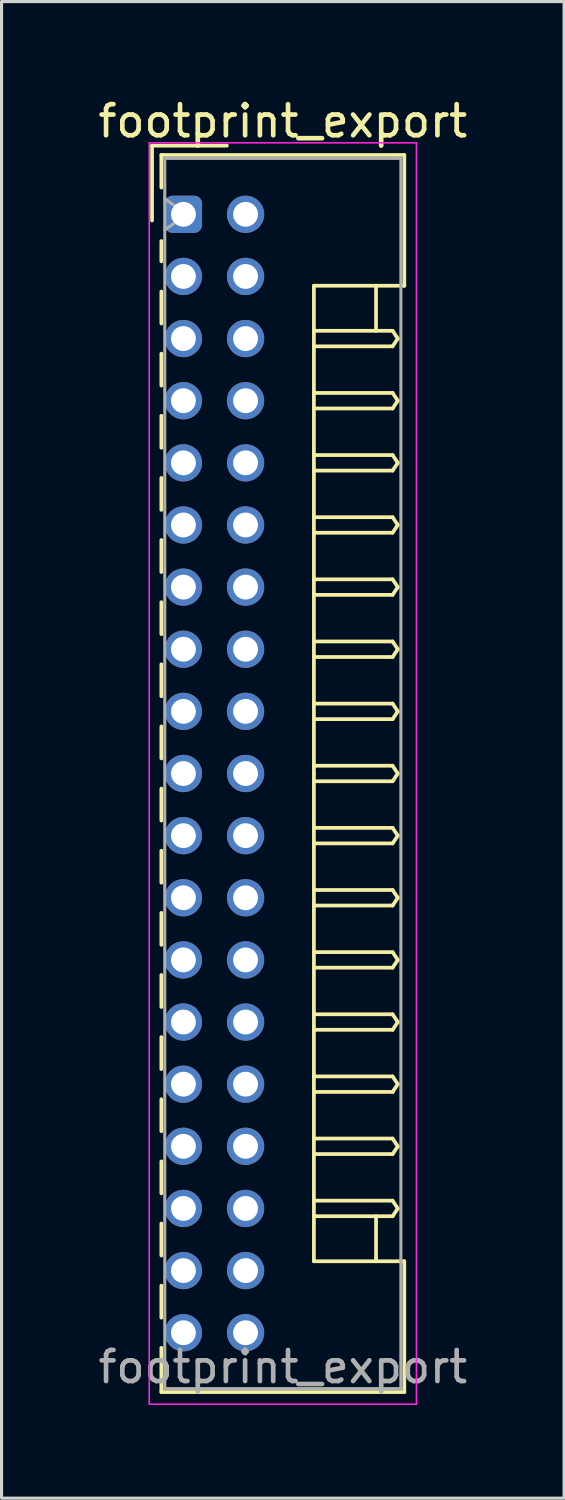
<source format=kicad_pcb>
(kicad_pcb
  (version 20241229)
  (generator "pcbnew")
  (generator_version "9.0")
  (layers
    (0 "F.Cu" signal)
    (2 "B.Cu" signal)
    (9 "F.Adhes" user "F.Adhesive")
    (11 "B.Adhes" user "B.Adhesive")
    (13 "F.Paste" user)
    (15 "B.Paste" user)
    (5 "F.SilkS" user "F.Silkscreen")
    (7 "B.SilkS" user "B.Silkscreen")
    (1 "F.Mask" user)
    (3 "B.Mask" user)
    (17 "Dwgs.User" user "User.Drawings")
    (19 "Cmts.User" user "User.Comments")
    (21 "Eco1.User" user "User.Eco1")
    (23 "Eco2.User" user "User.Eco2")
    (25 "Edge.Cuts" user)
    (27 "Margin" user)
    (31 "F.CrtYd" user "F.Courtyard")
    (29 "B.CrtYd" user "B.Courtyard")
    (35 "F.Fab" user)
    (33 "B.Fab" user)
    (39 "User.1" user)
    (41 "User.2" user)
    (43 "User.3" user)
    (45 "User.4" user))
  (footprint "footprint_export"
    (layer "F.Cu")
    (at 2.854 3.848)
    (property "Reference" "footprint_export" (at 3.2 -3 0) (layer "F.SilkS") (effects (font (size 1 1) (thickness 0.15))))
    (attr through_hole)
    (fp_line (start -1.01 -2.21) (end -1.01 0.2) (stroke (width 0.12) (type solid)) (layer "F.SilkS"))
    (fp_line (start -0.71 -1.91) (end -0.71 -0.86) (stroke (width 0.12) (type solid)) (layer "F.SilkS"))
    (fp_line (start -0.71 -1.91) (end 7.11 -1.91) (stroke (width 0.12) (type solid)) (layer "F.SilkS"))
    (fp_line (start -0.71 0.86) (end -0.71 1.515) (stroke (width 0.12) (type solid)) (layer "F.SilkS"))
    (fp_line (start -0.71 2.485) (end -0.71 3.515) (stroke (width 0.12) (type solid)) (layer "F.SilkS"))
    (fp_line (start -0.71 4.485) (end -0.71 5.515) (stroke (width 0.12) (type solid)) (layer "F.SilkS"))
    (fp_line (start -0.71 6.485) (end -0.71 7.515) (stroke (width 0.12) (type solid)) (layer "F.SilkS"))
    (fp_line (start -0.71 8.485) (end -0.71 9.515) (stroke (width 0.12) (type solid)) (layer "F.SilkS"))
    (fp_line (start -0.71 10.485) (end -0.71 11.515) (stroke (width 0.12) (type solid)) (layer "F.SilkS"))
    (fp_line (start -0.71 12.485) (end -0.71 13.515) (stroke (width 0.12) (type solid)) (layer "F.SilkS"))
    (fp_line (start -0.71 14.485) (end -0.71 15.515) (stroke (width 0.12) (type solid)) (layer "F.SilkS"))
    (fp_line (start -0.71 16.485) (end -0.71 17.515) (stroke (width 0.12) (type solid)) (layer "F.SilkS"))
    (fp_line (start -0.71 18.485) (end -0.71 19.515) (stroke (width 0.12) (type solid)) (layer "F.SilkS"))
    (fp_line (start -0.71 20.485) (end -0.71 21.515) (stroke (width 0.12) (type solid)) (layer "F.SilkS"))
    (fp_line (start -0.71 22.485) (end -0.71 23.515) (stroke (width 0.12) (type solid)) (layer "F.SilkS"))
    (fp_line (start -0.71 24.485) (end -0.71 25.515) (stroke (width 0.12) (type solid)) (layer "F.SilkS"))
    (fp_line (start -0.71 26.485) (end -0.71 27.515) (stroke (width 0.12) (type solid)) (layer "F.SilkS"))
    (fp_line (start -0.71 28.485) (end -0.71 29.515) (stroke (width 0.12) (type solid)) (layer "F.SilkS"))
    (fp_line (start -0.71 30.485) (end -0.71 31.515) (stroke (width 0.12) (type solid)) (layer "F.SilkS"))
    (fp_line (start -0.71 32.485) (end -0.71 33.515) (stroke (width 0.12) (type solid)) (layer "F.SilkS"))
    (fp_line (start -0.71 34.485) (end -0.71 35.515) (stroke (width 0.12) (type solid)) (layer "F.SilkS"))
    (fp_line (start -0.71 36.485) (end -0.71 37.91) (stroke (width 0.12) (type solid)) (layer "F.SilkS"))
    (fp_line (start -0.71 37.91) (end 7.11 37.91) (stroke (width 0.12) (type solid)) (layer "F.SilkS"))
    (fp_line (start 1.4 -2.21) (end -1.01 -2.21) (stroke (width 0.12) (type solid)) (layer "F.SilkS"))
    (fp_line (start 4.2 2.3) (end 4.2 18) (stroke (width 0.12) (type solid)) (layer "F.SilkS"))
    (fp_line (start 4.2 3.75) (end 6.733 3.75) (stroke (width 0.12) (type solid)) (layer "F.SilkS"))
    (fp_line (start 4.2 5.75) (end 6.733 5.75) (stroke (width 0.12) (type solid)) (layer "F.SilkS"))
    (fp_line (start 4.2 7.75) (end 6.733 7.75) (stroke (width 0.12) (type solid)) (layer "F.SilkS"))
    (fp_line (start 4.2 9.75) (end 6.733 9.75) (stroke (width 0.12) (type solid)) (layer "F.SilkS"))
    (fp_line (start 4.2 11.75) (end 6.733 11.75) (stroke (width 0.12) (type solid)) (layer "F.SilkS"))
    (fp_line (start 4.2 13.75) (end 6.733 13.75) (stroke (width 0.12) (type solid)) (layer "F.SilkS"))
    (fp_line (start 4.2 15.75) (end 6.733 15.75) (stroke (width 0.12) (type solid)) (layer "F.SilkS"))
    (fp_line (start 4.2 17.75) (end 6.733 17.75) (stroke (width 0.12) (type solid)) (layer "F.SilkS"))
    (fp_line (start 4.2 19.75) (end 6.733 19.75) (stroke (width 0.12) (type solid)) (layer "F.SilkS"))
    (fp_line (start 4.2 21.75) (end 6.733 21.75) (stroke (width 0.12) (type solid)) (layer "F.SilkS"))
    (fp_line (start 4.2 23.75) (end 6.733 23.75) (stroke (width 0.12) (type solid)) (layer "F.SilkS"))
    (fp_line (start 4.2 25.75) (end 6.733 25.75) (stroke (width 0.12) (type solid)) (layer "F.SilkS"))
    (fp_line (start 4.2 27.75) (end 6.733 27.75) (stroke (width 0.12) (type solid)) (layer "F.SilkS"))
    (fp_line (start 4.2 29.75) (end 6.733 29.75) (stroke (width 0.12) (type solid)) (layer "F.SilkS"))
    (fp_line (start 4.2 31.75) (end 6.733 31.75) (stroke (width 0.12) (type solid)) (layer "F.SilkS"))
    (fp_line (start 4.2 33.7) (end 4.2 18) (stroke (width 0.12) (type solid)) (layer "F.SilkS"))
    (fp_line (start 6.2 2.3) (end 6.2 3.75) (stroke (width 0.12) (type solid)) (layer "F.SilkS"))
    (fp_line (start 6.2 33.7) (end 6.2 32.25) (stroke (width 0.12) (type solid)) (layer "F.SilkS"))
    (fp_line (start 6.733 3.75) (end 6.9 4) (stroke (width 0.12) (type solid)) (layer "F.SilkS"))
    (fp_line (start 6.733 4.25) (end 4.2 4.25) (stroke (width 0.12) (type solid)) (layer "F.SilkS"))
    (fp_line (start 6.733 5.75) (end 6.9 6) (stroke (width 0.12) (type solid)) (layer "F.SilkS"))
    (fp_line (start 6.733 6.25) (end 4.2 6.25) (stroke (width 0.12) (type solid)) (layer "F.SilkS"))
    (fp_line (start 6.733 7.75) (end 6.9 8) (stroke (width 0.12) (type solid)) (layer "F.SilkS"))
    (fp_line (start 6.733 8.25) (end 4.2 8.25) (stroke (width 0.12) (type solid)) (layer "F.SilkS"))
    (fp_line (start 6.733 9.75) (end 6.9 10) (stroke (width 0.12) (type solid)) (layer "F.SilkS"))
    (fp_line (start 6.733 10.25) (end 4.2 10.25) (stroke (width 0.12) (type solid)) (layer "F.SilkS"))
    (fp_line (start 6.733 11.75) (end 6.9 12) (stroke (width 0.12) (type solid)) (layer "F.SilkS"))
    (fp_line (start 6.733 12.25) (end 4.2 12.25) (stroke (width 0.12) (type solid)) (layer "F.SilkS"))
    (fp_line (start 6.733 13.75) (end 6.9 14) (stroke (width 0.12) (type solid)) (layer "F.SilkS"))
    (fp_line (start 6.733 14.25) (end 4.2 14.25) (stroke (width 0.12) (type solid)) (layer "F.SilkS"))
    (fp_line (start 6.733 15.75) (end 6.9 16) (stroke (width 0.12) (type solid)) (layer "F.SilkS"))
    (fp_line (start 6.733 16.25) (end 4.2 16.25) (stroke (width 0.12) (type solid)) (layer "F.SilkS"))
    (fp_line (start 6.733 17.75) (end 6.9 18) (stroke (width 0.12) (type solid)) (layer "F.SilkS"))
    (fp_line (start 6.733 18.25) (end 4.2 18.25) (stroke (width 0.12) (type solid)) (layer "F.SilkS"))
    (fp_line (start 6.733 19.75) (end 6.9 20) (stroke (width 0.12) (type solid)) (layer "F.SilkS"))
    (fp_line (start 6.733 20.25) (end 4.2 20.25) (stroke (width 0.12) (type solid)) (layer "F.SilkS"))
    (fp_line (start 6.733 21.75) (end 6.9 22) (stroke (width 0.12) (type solid)) (layer "F.SilkS"))
    (fp_line (start 6.733 22.25) (end 4.2 22.25) (stroke (width 0.12) (type solid)) (layer "F.SilkS"))
    (fp_line (start 6.733 23.75) (end 6.9 24) (stroke (width 0.12) (type solid)) (layer "F.SilkS"))
    (fp_line (start 6.733 24.25) (end 4.2 24.25) (stroke (width 0.12) (type solid)) (layer "F.SilkS"))
    (fp_line (start 6.733 25.75) (end 6.9 26) (stroke (width 0.12) (type solid)) (layer "F.SilkS"))
    (fp_line (start 6.733 26.25) (end 4.2 26.25) (stroke (width 0.12) (type solid)) (layer "F.SilkS"))
    (fp_line (start 6.733 27.75) (end 6.9 28) (stroke (width 0.12) (type solid)) (layer "F.SilkS"))
    (fp_line (start 6.733 28.25) (end 4.2 28.25) (stroke (width 0.12) (type solid)) (layer "F.SilkS"))
    (fp_line (start 6.733 29.75) (end 6.9 30) (stroke (width 0.12) (type solid)) (layer "F.SilkS"))
    (fp_line (start 6.733 30.25) (end 4.2 30.25) (stroke (width 0.12) (type solid)) (layer "F.SilkS"))
    (fp_line (start 6.733 31.75) (end 6.9 32) (stroke (width 0.12) (type solid)) (layer "F.SilkS"))
    (fp_line (start 6.733 32.25) (end 4.2 32.25) (stroke (width 0.12) (type solid)) (layer "F.SilkS"))
    (fp_line (start 6.9 4) (end 6.733 4.25) (stroke (width 0.12) (type solid)) (layer "F.SilkS"))
    (fp_line (start 6.9 6) (end 6.733 6.25) (stroke (width 0.12) (type solid)) (layer "F.SilkS"))
    (fp_line (start 6.9 8) (end 6.733 8.25) (stroke (width 0.12) (type solid)) (layer "F.SilkS"))
    (fp_line (start 6.9 10) (end 6.733 10.25) (stroke (width 0.12) (type solid)) (layer "F.SilkS"))
    (fp_line (start 6.9 12) (end 6.733 12.25) (stroke (width 0.12) (type solid)) (layer "F.SilkS"))
    (fp_line (start 6.9 14) (end 6.733 14.25) (stroke (width 0.12) (type solid)) (layer "F.SilkS"))
    (fp_line (start 6.9 16) (end 6.733 16.25) (stroke (width 0.12) (type solid)) (layer "F.SilkS"))
    (fp_line (start 6.9 18) (end 6.733 18.25) (stroke (width 0.12) (type solid)) (layer "F.SilkS"))
    (fp_line (start 6.9 20) (end 6.733 20.25) (stroke (width 0.12) (type solid)) (layer "F.SilkS"))
    (fp_line (start 6.9 22) (end 6.733 22.25) (stroke (width 0.12) (type solid)) (layer "F.SilkS"))
    (fp_line (start 6.9 24) (end 6.733 24.25) (stroke (width 0.12) (type solid)) (layer "F.SilkS"))
    (fp_line (start 6.9 26) (end 6.733 26.25) (stroke (width 0.12) (type solid)) (layer "F.SilkS"))
    (fp_line (start 6.9 28) (end 6.733 28.25) (stroke (width 0.12) (type solid)) (layer "F.SilkS"))
    (fp_line (start 6.9 30) (end 6.733 30.25) (stroke (width 0.12) (type solid)) (layer "F.SilkS"))
    (fp_line (start 6.9 32) (end 6.733 32.25) (stroke (width 0.12) (type solid)) (layer "F.SilkS"))
    (fp_line (start 7.11 -1.91) (end 7.11 2.3) (stroke (width 0.12) (type solid)) (layer "F.SilkS"))
    (fp_line (start 7.11 2.3) (end 4.2 2.3) (stroke (width 0.12) (type solid)) (layer "F.SilkS"))
    (fp_line (start 7.11 33.7) (end 4.2 33.7) (stroke (width 0.12) (type solid)) (layer "F.SilkS"))
    (fp_line (start 7.11 37.91) (end 7.11 33.7) (stroke (width 0.12) (type solid)) (layer "F.SilkS"))
    (fp_line (start -1.1 -2.3) (end -1.1 38.3) (stroke (width 0.05) (type solid)) (layer "F.CrtYd"))
    (fp_line (start -1.1 38.3) (end 7.5 38.3) (stroke (width 0.05) (type solid)) (layer "F.CrtYd"))
    (fp_line (start 7.5 -2.3) (end -1.1 -2.3) (stroke (width 0.05) (type solid)) (layer "F.CrtYd"))
    (fp_line (start 7.5 38.3) (end 7.5 -2.3) (stroke (width 0.05) (type solid)) (layer "F.CrtYd"))
    (fp_line (start -0.6 -1.8) (end -0.6 37.8) (stroke (width 0.1) (type solid)) (layer "F.Fab"))
    (fp_line (start -0.6 0.5) (end 0.107 0) (stroke (width 0.1) (type solid)) (layer "F.Fab"))
    (fp_line (start -0.6 37.8) (end 7 37.8) (stroke (width 0.1) (type solid)) (layer "F.Fab"))
    (fp_line (start 0.107 0) (end -0.6 -0.5) (stroke (width 0.1) (type solid)) (layer "F.Fab"))
    (fp_line (start 7 -1.8) (end -0.6 -1.8) (stroke (width 0.1) (type solid)) (layer "F.Fab"))
    (fp_line (start 7 37.8) (end 7 -1.8) (stroke (width 0.1) (type solid)) (layer "F.Fab"))
    (fp_text user "${REFERENCE}" (at 3.2 37.1 0) (layer "F.Fab") (effects (font (size 1 1) (thickness 0.15))))
    (pad "a1" thru_hole roundrect (at 0 0) (size 1.2 1.2) (drill 0.8) (layers "*.Cu" "*.Mask") (roundrect_rratio 0.208))
    (pad "a2" thru_hole circle (at 0 2) (size 1.2 1.2) (drill 0.8) (layers "*.Cu" "*.Mask"))
    (pad "a3" thru_hole circle (at 0 4) (size 1.2 1.2) (drill 0.8) (layers "*.Cu" "*.Mask"))
    (pad "a4" thru_hole circle (at 0 6) (size 1.2 1.2) (drill 0.8) (layers "*.Cu" "*.Mask"))
    (pad "a5" thru_hole circle (at 0 8) (size 1.2 1.2) (drill 0.8) (layers "*.Cu" "*.Mask"))
    (pad "a6" thru_hole circle (at 0 10) (size 1.2 1.2) (drill 0.8) (layers "*.Cu" "*.Mask"))
    (pad "a7" thru_hole circle (at 0 12) (size 1.2 1.2) (drill 0.8) (layers "*.Cu" "*.Mask"))
    (pad "a8" thru_hole circle (at 0 14) (size 1.2 1.2) (drill 0.8) (layers "*.Cu" "*.Mask"))
    (pad "a9" thru_hole circle (at 0 16) (size 1.2 1.2) (drill 0.8) (layers "*.Cu" "*.Mask"))
    (pad "a10" thru_hole circle (at 0 18) (size 1.2 1.2) (drill 0.8) (layers "*.Cu" "*.Mask"))
    (pad "a11" thru_hole circle (at 0 20) (size 1.2 1.2) (drill 0.8) (layers "*.Cu" "*.Mask"))
    (pad "a12" thru_hole circle (at 0 22) (size 1.2 1.2) (drill 0.8) (layers "*.Cu" "*.Mask"))
    (pad "a13" thru_hole circle (at 0 24) (size 1.2 1.2) (drill 0.8) (layers "*.Cu" "*.Mask"))
    (pad "a14" thru_hole circle (at 0 26) (size 1.2 1.2) (drill 0.8) (layers "*.Cu" "*.Mask"))
    (pad "a15" thru_hole circle (at 0 28) (size 1.2 1.2) (drill 0.8) (layers "*.Cu" "*.Mask"))
    (pad "a16" thru_hole circle (at 0 30) (size 1.2 1.2) (drill 0.8) (layers "*.Cu" "*.Mask"))
    (pad "a17" thru_hole circle (at 0 32) (size 1.2 1.2) (drill 0.8) (layers "*.Cu" "*.Mask"))
    (pad "a18" thru_hole circle (at 0 34) (size 1.2 1.2) (drill 0.8) (layers "*.Cu" "*.Mask"))
    (pad "a19" thru_hole circle (at 0 36) (size 1.2 1.2) (drill 0.8) (layers "*.Cu" "*.Mask"))
    (pad "b1" thru_hole circle (at 2 0) (size 1.2 1.2) (drill 0.8) (layers "*.Cu" "*.Mask"))
    (pad "b2" thru_hole circle (at 2 2) (size 1.2 1.2) (drill 0.8) (layers "*.Cu" "*.Mask"))
    (pad "b3" thru_hole circle (at 2 4) (size 1.2 1.2) (drill 0.8) (layers "*.Cu" "*.Mask"))
    (pad "b4" thru_hole circle (at 2 6) (size 1.2 1.2) (drill 0.8) (layers "*.Cu" "*.Mask"))
    (pad "b5" thru_hole circle (at 2 8) (size 1.2 1.2) (drill 0.8) (layers "*.Cu" "*.Mask"))
    (pad "b6" thru_hole circle (at 2 10) (size 1.2 1.2) (drill 0.8) (layers "*.Cu" "*.Mask"))
    (pad "b7" thru_hole circle (at 2 12) (size 1.2 1.2) (drill 0.8) (layers "*.Cu" "*.Mask"))
    (pad "b8" thru_hole circle (at 2 14) (size 1.2 1.2) (drill 0.8) (layers "*.Cu" "*.Mask"))
    (pad "b9" thru_hole circle (at 2 16) (size 1.2 1.2) (drill 0.8) (layers "*.Cu" "*.Mask"))
    (pad "b10" thru_hole circle (at 2 18) (size 1.2 1.2) (drill 0.8) (layers "*.Cu" "*.Mask"))
    (pad "b11" thru_hole circle (at 2 20) (size 1.2 1.2) (drill 0.8) (layers "*.Cu" "*.Mask"))
    (pad "b12" thru_hole circle (at 2 22) (size 1.2 1.2) (drill 0.8) (layers "*.Cu" "*.Mask"))
    (pad "b13" thru_hole circle (at 2 24) (size 1.2 1.2) (drill 0.8) (layers "*.Cu" "*.Mask"))
    (pad "b14" thru_hole circle (at 2 26) (size 1.2 1.2) (drill 0.8) (layers "*.Cu" "*.Mask"))
    (pad "b15" thru_hole circle (at 2 28) (size 1.2 1.2) (drill 0.8) (layers "*.Cu" "*.Mask"))
    (pad "b16" thru_hole circle (at 2 30) (size 1.2 1.2) (drill 0.8) (layers "*.Cu" "*.Mask"))
    (pad "b17" thru_hole circle (at 2 32) (size 1.2 1.2) (drill 0.8) (layers "*.Cu" "*.Mask"))
    (pad "b18" thru_hole circle (at 2 34) (size 1.2 1.2) (drill 0.8) (layers "*.Cu" "*.Mask"))
    (pad "b19" thru_hole circle (at 2 36) (size 1.2 1.2) (drill 0.8) (layers "*.Cu" "*.Mask")))
  (gr_rect
    (start -3 -3)
    (end 15.107 45.173)
    (stroke (width 0.1) (type default))
    (fill no)
    (layer "Edge.Cuts")))
</source>
